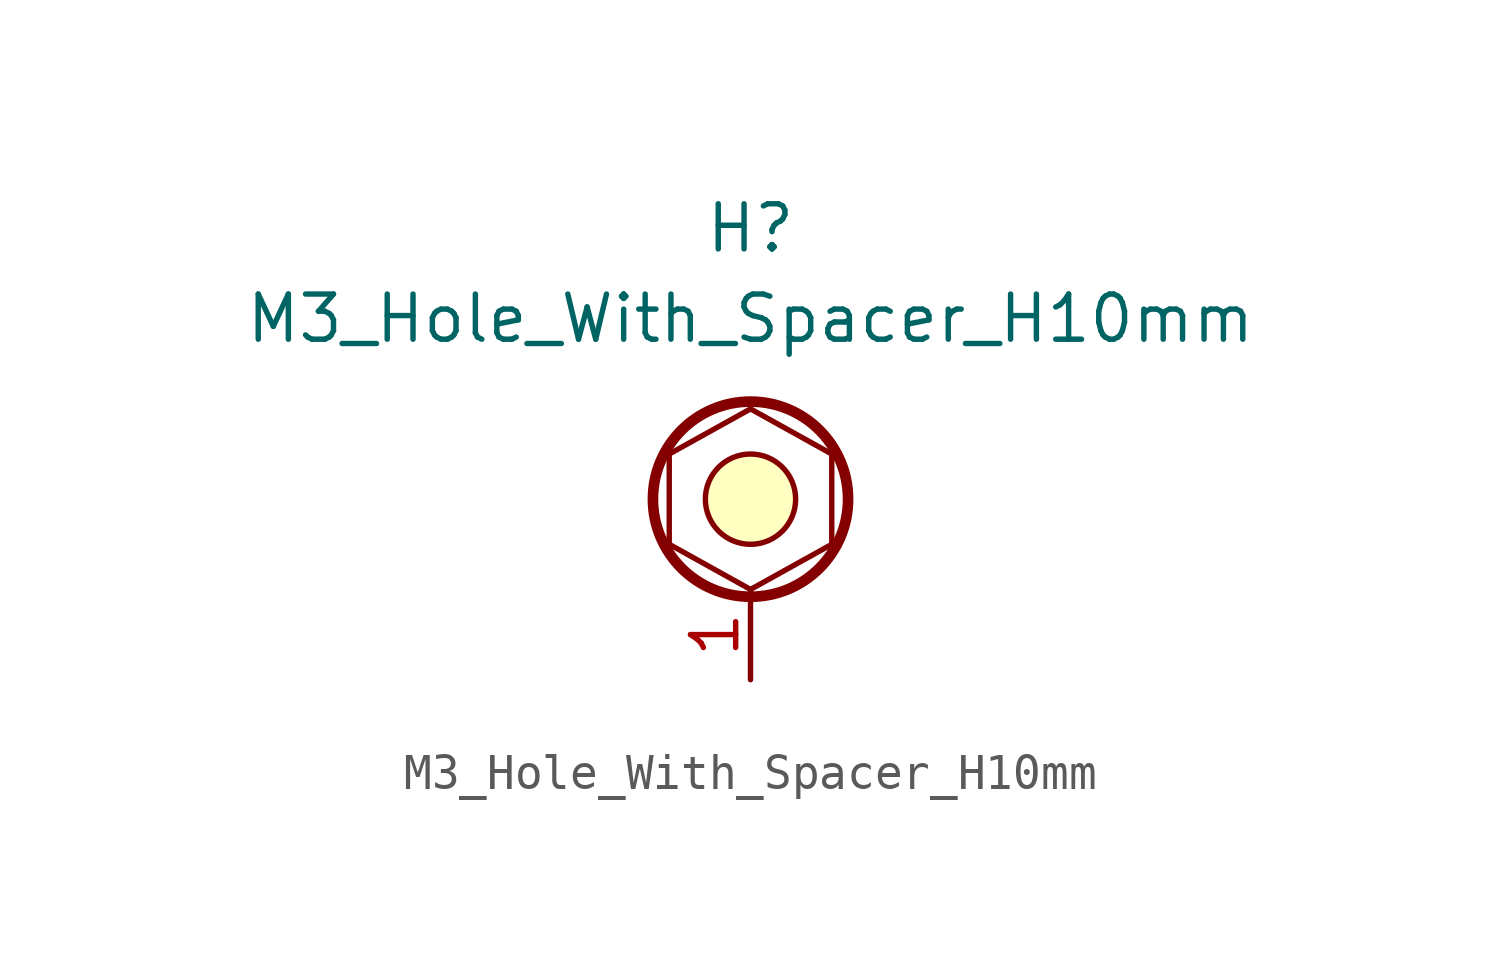
<source format=kicad_sym>
(kicad_symbol_lib
  (version 20220914)
  (generator kicad_symbol_editor)
  (symbol "M3_Hole_With_Spacer_H10mm"
    (property "Reference" "H"
      (at 0 7.62 0)
      (effects (font (size 1.27 1.27))))
    (property "Value" "M3_Hole_With_Spacer_H10mm"
      (at 0 5.08 0)
      (effects (font (size 1.27 1.27))))
    (symbol "M3_Hole_With_Spacer_H10mm_0_1"
      (polyline (pts (xy -2.286 1.27) (xy -2.286 -1.27) (xy 0 -2.54) (xy 2.286 -1.27) (xy 2.286 1.27) (xy 0 2.54) (xy -2.286 1.27)) (stroke (width 0) (type default)) (fill (type none)))
      (circle (center 0 0) (radius 1.27) (stroke (width 0) (type default)) (fill (type background)))
      (circle (center 0 0) (radius 2.745) (stroke (width 0.3) (type default)) (fill (type none))))
    (symbol "M3_Hole_With_Spacer_H10mm_1_1"
      (pin passive line (at 0 -5.08 90) (length 2.54) (name "" (effects (font (size 1.27 1.27)))) (number "1" (effects (font (size 1.27 1.27))))))))
</source>
